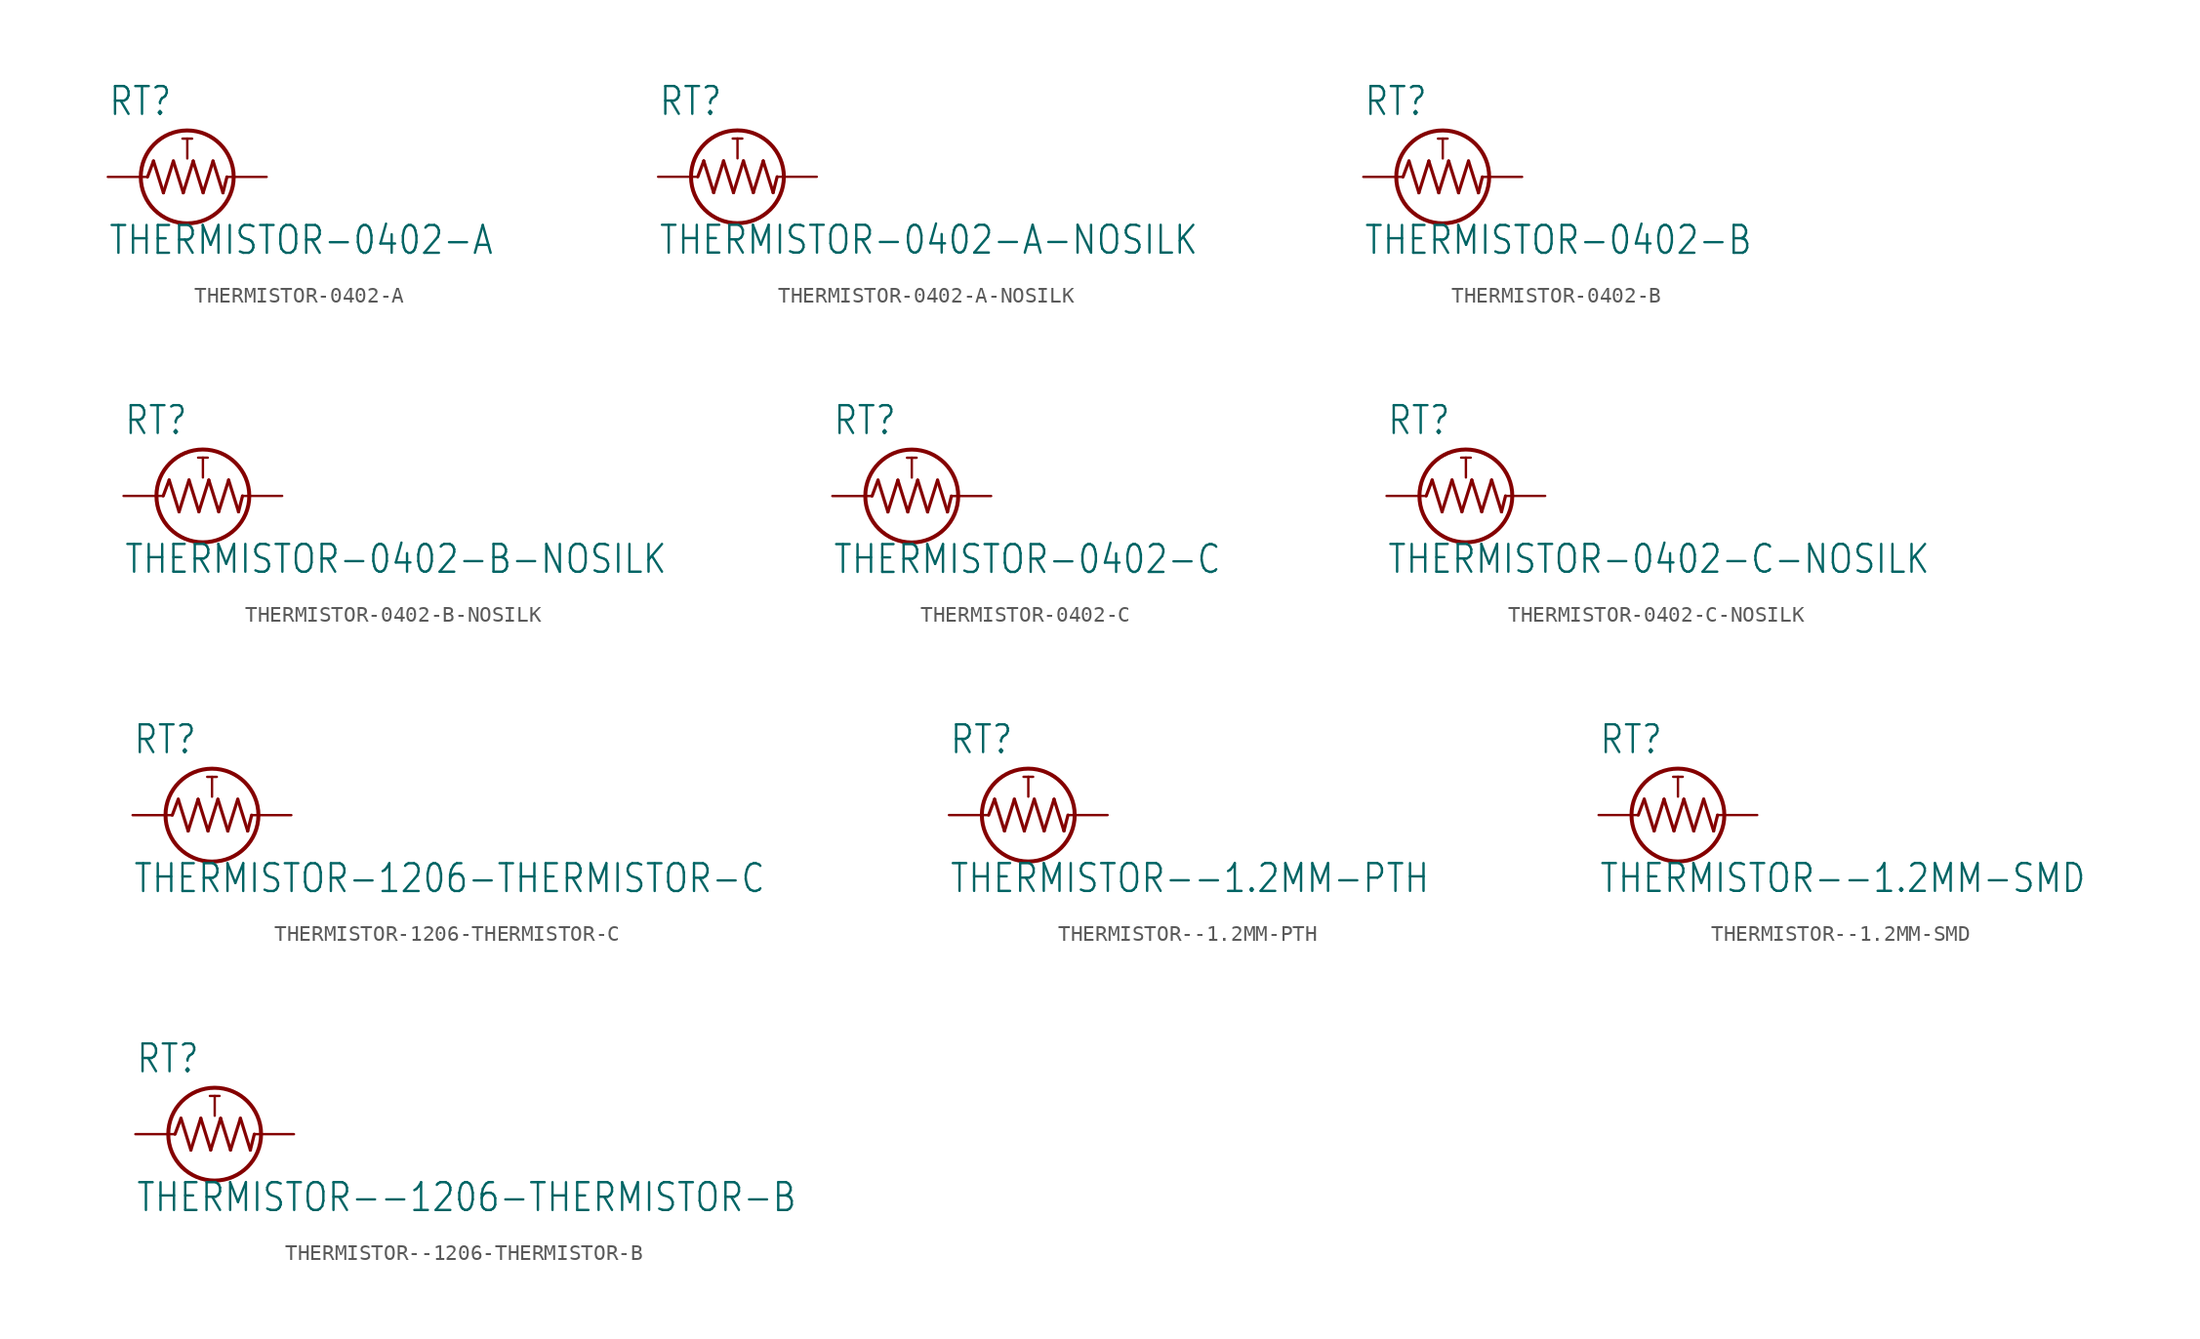
<source format=kicad_sym>
(kicad_symbol_lib
  (version 20211014)
  (generator kicad_symbol_editor)
  (symbol "THERMISTOR-0402-A"
    (property "Reference" "RT"
      (at -5.08 3.81 0)
      (effects (font (size 1.778 1.511)) (justify left bottom)))
    (property "Value" "THERMISTOR-0402-A"
      (at -5.08 -5.08 0)
      (effects (font (size 1.778 1.511)) (justify left bottom)))
    (property "ki_locked" ""
      (at 0 0 0)
      (effects (font (size 1.27 1.27))))
    (symbol "THERMISTOR-0402-A_1_0"
      (polyline (pts (xy -2.54 0) (xy -2.159 1.016)) (stroke (width 0.203) (type default) (color 0 0 0 0)) (fill (type none)))
      (polyline (pts (xy -2.159 1.016) (xy -1.524 -1.016)) (stroke (width 0.203) (type default) (color 0 0 0 0)) (fill (type none)))
      (polyline (pts (xy -1.524 -1.016) (xy -0.889 1.016)) (stroke (width 0.203) (type default) (color 0 0 0 0)) (fill (type none)))
      (polyline (pts (xy -0.889 1.016) (xy -0.254 -1.016)) (stroke (width 0.203) (type default) (color 0 0 0 0)) (fill (type none)))
      (polyline (pts (xy -0.254 -1.016) (xy 0.381 1.016)) (stroke (width 0.203) (type default) (color 0 0 0 0)) (fill (type none)))
      (polyline (pts (xy 0.381 1.016) (xy 1.016 -1.016)) (stroke (width 0.203) (type default) (color 0 0 0 0)) (fill (type none)))
      (polyline (pts (xy 1.016 -1.016) (xy 1.651 1.016)) (stroke (width 0.203) (type default) (color 0 0 0 0)) (fill (type none)))
      (polyline (pts (xy 1.651 1.016) (xy 2.286 -1.016)) (stroke (width 0.203) (type default) (color 0 0 0 0)) (fill (type none)))
      (polyline (pts (xy 2.286 -1.016) (xy 2.54 0)) (stroke (width 0.203) (type default) (color 0 0 0 0)) (fill (type none)))
      (circle (center 0 0) (radius 2.973) (stroke (width 0.254) (type default) (color 0 0 0 0)) (fill (type none)))
      (text "T" (at -0.508 1.016 0) (effects (font (size 1.27 1.079)) (justify left bottom)))
      (pin passive line (at -5.08 0 0) (length 2.54) (name "1" (effects (font (size 0 0)))) (number "1" (effects (font (size 0 0)))))
      (pin passive line (at 5.08 0 180) (length 2.54) (name "2" (effects (font (size 0 0)))) (number "2" (effects (font (size 0 0)))))))
  (symbol "THERMISTOR-0402-A-NOSILK"
    (property "Reference" "RT"
      (at -5.08 3.81 0)
      (effects (font (size 1.778 1.511)) (justify left bottom)))
    (property "Value" "THERMISTOR-0402-A-NOSILK"
      (at -5.08 -5.08 0)
      (effects (font (size 1.778 1.511)) (justify left bottom)))
    (property "ki_locked" ""
      (at 0 0 0)
      (effects (font (size 1.27 1.27))))
    (symbol "THERMISTOR-0402-A-NOSILK_1_0"
      (polyline (pts (xy -2.54 0) (xy -2.159 1.016)) (stroke (width 0.203) (type default) (color 0 0 0 0)) (fill (type none)))
      (polyline (pts (xy -2.159 1.016) (xy -1.524 -1.016)) (stroke (width 0.203) (type default) (color 0 0 0 0)) (fill (type none)))
      (polyline (pts (xy -1.524 -1.016) (xy -0.889 1.016)) (stroke (width 0.203) (type default) (color 0 0 0 0)) (fill (type none)))
      (polyline (pts (xy -0.889 1.016) (xy -0.254 -1.016)) (stroke (width 0.203) (type default) (color 0 0 0 0)) (fill (type none)))
      (polyline (pts (xy -0.254 -1.016) (xy 0.381 1.016)) (stroke (width 0.203) (type default) (color 0 0 0 0)) (fill (type none)))
      (polyline (pts (xy 0.381 1.016) (xy 1.016 -1.016)) (stroke (width 0.203) (type default) (color 0 0 0 0)) (fill (type none)))
      (polyline (pts (xy 1.016 -1.016) (xy 1.651 1.016)) (stroke (width 0.203) (type default) (color 0 0 0 0)) (fill (type none)))
      (polyline (pts (xy 1.651 1.016) (xy 2.286 -1.016)) (stroke (width 0.203) (type default) (color 0 0 0 0)) (fill (type none)))
      (polyline (pts (xy 2.286 -1.016) (xy 2.54 0)) (stroke (width 0.203) (type default) (color 0 0 0 0)) (fill (type none)))
      (circle (center 0 0) (radius 2.973) (stroke (width 0.254) (type default) (color 0 0 0 0)) (fill (type none)))
      (text "T" (at -0.508 1.016 0) (effects (font (size 1.27 1.079)) (justify left bottom)))
      (pin passive line (at -5.08 0 0) (length 2.54) (name "1" (effects (font (size 0 0)))) (number "1" (effects (font (size 0 0)))))
      (pin passive line (at 5.08 0 180) (length 2.54) (name "2" (effects (font (size 0 0)))) (number "2" (effects (font (size 0 0)))))))
  (symbol "THERMISTOR-0402-B"
    (property "Reference" "RT"
      (at -5.08 3.81 0)
      (effects (font (size 1.778 1.511)) (justify left bottom)))
    (property "Value" "THERMISTOR-0402-B"
      (at -5.08 -5.08 0)
      (effects (font (size 1.778 1.511)) (justify left bottom)))
    (property "ki_locked" ""
      (at 0 0 0)
      (effects (font (size 1.27 1.27))))
    (symbol "THERMISTOR-0402-B_1_0"
      (polyline (pts (xy -2.54 0) (xy -2.159 1.016)) (stroke (width 0.203) (type default) (color 0 0 0 0)) (fill (type none)))
      (polyline (pts (xy -2.159 1.016) (xy -1.524 -1.016)) (stroke (width 0.203) (type default) (color 0 0 0 0)) (fill (type none)))
      (polyline (pts (xy -1.524 -1.016) (xy -0.889 1.016)) (stroke (width 0.203) (type default) (color 0 0 0 0)) (fill (type none)))
      (polyline (pts (xy -0.889 1.016) (xy -0.254 -1.016)) (stroke (width 0.203) (type default) (color 0 0 0 0)) (fill (type none)))
      (polyline (pts (xy -0.254 -1.016) (xy 0.381 1.016)) (stroke (width 0.203) (type default) (color 0 0 0 0)) (fill (type none)))
      (polyline (pts (xy 0.381 1.016) (xy 1.016 -1.016)) (stroke (width 0.203) (type default) (color 0 0 0 0)) (fill (type none)))
      (polyline (pts (xy 1.016 -1.016) (xy 1.651 1.016)) (stroke (width 0.203) (type default) (color 0 0 0 0)) (fill (type none)))
      (polyline (pts (xy 1.651 1.016) (xy 2.286 -1.016)) (stroke (width 0.203) (type default) (color 0 0 0 0)) (fill (type none)))
      (polyline (pts (xy 2.286 -1.016) (xy 2.54 0)) (stroke (width 0.203) (type default) (color 0 0 0 0)) (fill (type none)))
      (circle (center 0 0) (radius 2.973) (stroke (width 0.254) (type default) (color 0 0 0 0)) (fill (type none)))
      (text "T" (at -0.508 1.016 0) (effects (font (size 1.27 1.079)) (justify left bottom)))
      (pin passive line (at -5.08 0 0) (length 2.54) (name "1" (effects (font (size 0 0)))) (number "1" (effects (font (size 0 0)))))
      (pin passive line (at 5.08 0 180) (length 2.54) (name "2" (effects (font (size 0 0)))) (number "2" (effects (font (size 0 0)))))))
  (symbol "THERMISTOR-0402-B-NOSILK"
    (property "Reference" "RT"
      (at -5.08 3.81 0)
      (effects (font (size 1.778 1.511)) (justify left bottom)))
    (property "Value" "THERMISTOR-0402-B-NOSILK"
      (at -5.08 -5.08 0)
      (effects (font (size 1.778 1.511)) (justify left bottom)))
    (property "ki_locked" ""
      (at 0 0 0)
      (effects (font (size 1.27 1.27))))
    (symbol "THERMISTOR-0402-B-NOSILK_1_0"
      (polyline (pts (xy -2.54 0) (xy -2.159 1.016)) (stroke (width 0.203) (type default) (color 0 0 0 0)) (fill (type none)))
      (polyline (pts (xy -2.159 1.016) (xy -1.524 -1.016)) (stroke (width 0.203) (type default) (color 0 0 0 0)) (fill (type none)))
      (polyline (pts (xy -1.524 -1.016) (xy -0.889 1.016)) (stroke (width 0.203) (type default) (color 0 0 0 0)) (fill (type none)))
      (polyline (pts (xy -0.889 1.016) (xy -0.254 -1.016)) (stroke (width 0.203) (type default) (color 0 0 0 0)) (fill (type none)))
      (polyline (pts (xy -0.254 -1.016) (xy 0.381 1.016)) (stroke (width 0.203) (type default) (color 0 0 0 0)) (fill (type none)))
      (polyline (pts (xy 0.381 1.016) (xy 1.016 -1.016)) (stroke (width 0.203) (type default) (color 0 0 0 0)) (fill (type none)))
      (polyline (pts (xy 1.016 -1.016) (xy 1.651 1.016)) (stroke (width 0.203) (type default) (color 0 0 0 0)) (fill (type none)))
      (polyline (pts (xy 1.651 1.016) (xy 2.286 -1.016)) (stroke (width 0.203) (type default) (color 0 0 0 0)) (fill (type none)))
      (polyline (pts (xy 2.286 -1.016) (xy 2.54 0)) (stroke (width 0.203) (type default) (color 0 0 0 0)) (fill (type none)))
      (circle (center 0 0) (radius 2.973) (stroke (width 0.254) (type default) (color 0 0 0 0)) (fill (type none)))
      (text "T" (at -0.508 1.016 0) (effects (font (size 1.27 1.079)) (justify left bottom)))
      (pin passive line (at -5.08 0 0) (length 2.54) (name "1" (effects (font (size 0 0)))) (number "1" (effects (font (size 0 0)))))
      (pin passive line (at 5.08 0 180) (length 2.54) (name "2" (effects (font (size 0 0)))) (number "2" (effects (font (size 0 0)))))))
  (symbol "THERMISTOR-0402-C"
    (property "Reference" "RT"
      (at -5.08 3.81 0)
      (effects (font (size 1.778 1.511)) (justify left bottom)))
    (property "Value" "THERMISTOR-0402-C"
      (at -5.08 -5.08 0)
      (effects (font (size 1.778 1.511)) (justify left bottom)))
    (property "ki_locked" ""
      (at 0 0 0)
      (effects (font (size 1.27 1.27))))
    (symbol "THERMISTOR-0402-C_1_0"
      (polyline (pts (xy -2.54 0) (xy -2.159 1.016)) (stroke (width 0.203) (type default) (color 0 0 0 0)) (fill (type none)))
      (polyline (pts (xy -2.159 1.016) (xy -1.524 -1.016)) (stroke (width 0.203) (type default) (color 0 0 0 0)) (fill (type none)))
      (polyline (pts (xy -1.524 -1.016) (xy -0.889 1.016)) (stroke (width 0.203) (type default) (color 0 0 0 0)) (fill (type none)))
      (polyline (pts (xy -0.889 1.016) (xy -0.254 -1.016)) (stroke (width 0.203) (type default) (color 0 0 0 0)) (fill (type none)))
      (polyline (pts (xy -0.254 -1.016) (xy 0.381 1.016)) (stroke (width 0.203) (type default) (color 0 0 0 0)) (fill (type none)))
      (polyline (pts (xy 0.381 1.016) (xy 1.016 -1.016)) (stroke (width 0.203) (type default) (color 0 0 0 0)) (fill (type none)))
      (polyline (pts (xy 1.016 -1.016) (xy 1.651 1.016)) (stroke (width 0.203) (type default) (color 0 0 0 0)) (fill (type none)))
      (polyline (pts (xy 1.651 1.016) (xy 2.286 -1.016)) (stroke (width 0.203) (type default) (color 0 0 0 0)) (fill (type none)))
      (polyline (pts (xy 2.286 -1.016) (xy 2.54 0)) (stroke (width 0.203) (type default) (color 0 0 0 0)) (fill (type none)))
      (circle (center 0 0) (radius 2.973) (stroke (width 0.254) (type default) (color 0 0 0 0)) (fill (type none)))
      (text "T" (at -0.508 1.016 0) (effects (font (size 1.27 1.079)) (justify left bottom)))
      (pin passive line (at -5.08 0 0) (length 2.54) (name "1" (effects (font (size 0 0)))) (number "1" (effects (font (size 0 0)))))
      (pin passive line (at 5.08 0 180) (length 2.54) (name "2" (effects (font (size 0 0)))) (number "2" (effects (font (size 0 0)))))))
  (symbol "THERMISTOR-0402-C-NOSILK"
    (property "Reference" "RT"
      (at -5.08 3.81 0)
      (effects (font (size 1.778 1.511)) (justify left bottom)))
    (property "Value" "THERMISTOR-0402-C-NOSILK"
      (at -5.08 -5.08 0)
      (effects (font (size 1.778 1.511)) (justify left bottom)))
    (property "ki_locked" ""
      (at 0 0 0)
      (effects (font (size 1.27 1.27))))
    (symbol "THERMISTOR-0402-C-NOSILK_1_0"
      (polyline (pts (xy -2.54 0) (xy -2.159 1.016)) (stroke (width 0.203) (type default) (color 0 0 0 0)) (fill (type none)))
      (polyline (pts (xy -2.159 1.016) (xy -1.524 -1.016)) (stroke (width 0.203) (type default) (color 0 0 0 0)) (fill (type none)))
      (polyline (pts (xy -1.524 -1.016) (xy -0.889 1.016)) (stroke (width 0.203) (type default) (color 0 0 0 0)) (fill (type none)))
      (polyline (pts (xy -0.889 1.016) (xy -0.254 -1.016)) (stroke (width 0.203) (type default) (color 0 0 0 0)) (fill (type none)))
      (polyline (pts (xy -0.254 -1.016) (xy 0.381 1.016)) (stroke (width 0.203) (type default) (color 0 0 0 0)) (fill (type none)))
      (polyline (pts (xy 0.381 1.016) (xy 1.016 -1.016)) (stroke (width 0.203) (type default) (color 0 0 0 0)) (fill (type none)))
      (polyline (pts (xy 1.016 -1.016) (xy 1.651 1.016)) (stroke (width 0.203) (type default) (color 0 0 0 0)) (fill (type none)))
      (polyline (pts (xy 1.651 1.016) (xy 2.286 -1.016)) (stroke (width 0.203) (type default) (color 0 0 0 0)) (fill (type none)))
      (polyline (pts (xy 2.286 -1.016) (xy 2.54 0)) (stroke (width 0.203) (type default) (color 0 0 0 0)) (fill (type none)))
      (circle (center 0 0) (radius 2.973) (stroke (width 0.254) (type default) (color 0 0 0 0)) (fill (type none)))
      (text "T" (at -0.508 1.016 0) (effects (font (size 1.27 1.079)) (justify left bottom)))
      (pin passive line (at -5.08 0 0) (length 2.54) (name "1" (effects (font (size 0 0)))) (number "1" (effects (font (size 0 0)))))
      (pin passive line (at 5.08 0 180) (length 2.54) (name "2" (effects (font (size 0 0)))) (number "2" (effects (font (size 0 0)))))))
  (symbol "THERMISTOR-1206-THERMISTOR-C"
    (property "Reference" "RT"
      (at -5.08 3.81 0)
      (effects (font (size 1.778 1.511)) (justify left bottom)))
    (property "Value" "THERMISTOR-1206-THERMISTOR-C"
      (at -5.08 -5.08 0)
      (effects (font (size 1.778 1.511)) (justify left bottom)))
    (property "ki_locked" ""
      (at 0 0 0)
      (effects (font (size 1.27 1.27))))
    (symbol "THERMISTOR-1206-THERMISTOR-C_1_0"
      (polyline (pts (xy -2.54 0) (xy -2.159 1.016)) (stroke (width 0.203) (type default) (color 0 0 0 0)) (fill (type none)))
      (polyline (pts (xy -2.159 1.016) (xy -1.524 -1.016)) (stroke (width 0.203) (type default) (color 0 0 0 0)) (fill (type none)))
      (polyline (pts (xy -1.524 -1.016) (xy -0.889 1.016)) (stroke (width 0.203) (type default) (color 0 0 0 0)) (fill (type none)))
      (polyline (pts (xy -0.889 1.016) (xy -0.254 -1.016)) (stroke (width 0.203) (type default) (color 0 0 0 0)) (fill (type none)))
      (polyline (pts (xy -0.254 -1.016) (xy 0.381 1.016)) (stroke (width 0.203) (type default) (color 0 0 0 0)) (fill (type none)))
      (polyline (pts (xy 0.381 1.016) (xy 1.016 -1.016)) (stroke (width 0.203) (type default) (color 0 0 0 0)) (fill (type none)))
      (polyline (pts (xy 1.016 -1.016) (xy 1.651 1.016)) (stroke (width 0.203) (type default) (color 0 0 0 0)) (fill (type none)))
      (polyline (pts (xy 1.651 1.016) (xy 2.286 -1.016)) (stroke (width 0.203) (type default) (color 0 0 0 0)) (fill (type none)))
      (polyline (pts (xy 2.286 -1.016) (xy 2.54 0)) (stroke (width 0.203) (type default) (color 0 0 0 0)) (fill (type none)))
      (circle (center 0 0) (radius 2.973) (stroke (width 0.254) (type default) (color 0 0 0 0)) (fill (type none)))
      (text "T" (at -0.508 1.016 0) (effects (font (size 1.27 1.079)) (justify left bottom)))
      (pin passive line (at -5.08 0 0) (length 2.54) (name "1" (effects (font (size 0 0)))) (number "1" (effects (font (size 0 0)))))
      (pin passive line (at 5.08 0 180) (length 2.54) (name "2" (effects (font (size 0 0)))) (number "2" (effects (font (size 0 0)))))))
  (symbol "THERMISTOR--1.2MM-PTH"
    (property "Reference" "RT"
      (at -5.08 3.81 0)
      (effects (font (size 1.778 1.511)) (justify left bottom)))
    (property "Value" "THERMISTOR--1.2MM-PTH"
      (at -5.08 -5.08 0)
      (effects (font (size 1.778 1.511)) (justify left bottom)))
    (property "ki_locked" ""
      (at 0 0 0)
      (effects (font (size 1.27 1.27))))
    (symbol "THERMISTOR--1.2MM-PTH_1_0"
      (polyline (pts (xy -2.54 0) (xy -2.159 1.016)) (stroke (width 0.203) (type default) (color 0 0 0 0)) (fill (type none)))
      (polyline (pts (xy -2.159 1.016) (xy -1.524 -1.016)) (stroke (width 0.203) (type default) (color 0 0 0 0)) (fill (type none)))
      (polyline (pts (xy -1.524 -1.016) (xy -0.889 1.016)) (stroke (width 0.203) (type default) (color 0 0 0 0)) (fill (type none)))
      (polyline (pts (xy -0.889 1.016) (xy -0.254 -1.016)) (stroke (width 0.203) (type default) (color 0 0 0 0)) (fill (type none)))
      (polyline (pts (xy -0.254 -1.016) (xy 0.381 1.016)) (stroke (width 0.203) (type default) (color 0 0 0 0)) (fill (type none)))
      (polyline (pts (xy 0.381 1.016) (xy 1.016 -1.016)) (stroke (width 0.203) (type default) (color 0 0 0 0)) (fill (type none)))
      (polyline (pts (xy 1.016 -1.016) (xy 1.651 1.016)) (stroke (width 0.203) (type default) (color 0 0 0 0)) (fill (type none)))
      (polyline (pts (xy 1.651 1.016) (xy 2.286 -1.016)) (stroke (width 0.203) (type default) (color 0 0 0 0)) (fill (type none)))
      (polyline (pts (xy 2.286 -1.016) (xy 2.54 0)) (stroke (width 0.203) (type default) (color 0 0 0 0)) (fill (type none)))
      (circle (center 0 0) (radius 2.973) (stroke (width 0.254) (type default) (color 0 0 0 0)) (fill (type none)))
      (text "T" (at -0.508 1.016 0) (effects (font (size 1.27 1.079)) (justify left bottom)))
      (pin passive line (at -5.08 0 0) (length 2.54) (name "1" (effects (font (size 0 0)))) (number "1" (effects (font (size 0 0)))))
      (pin passive line (at 5.08 0 180) (length 2.54) (name "2" (effects (font (size 0 0)))) (number "2" (effects (font (size 0 0)))))))
  (symbol "THERMISTOR--1.2MM-SMD"
    (property "Reference" "RT"
      (at -5.08 3.81 0)
      (effects (font (size 1.778 1.511)) (justify left bottom)))
    (property "Value" "THERMISTOR--1.2MM-SMD"
      (at -5.08 -5.08 0)
      (effects (font (size 1.778 1.511)) (justify left bottom)))
    (property "ki_locked" ""
      (at 0 0 0)
      (effects (font (size 1.27 1.27))))
    (symbol "THERMISTOR--1.2MM-SMD_1_0"
      (polyline (pts (xy -2.54 0) (xy -2.159 1.016)) (stroke (width 0.203) (type default) (color 0 0 0 0)) (fill (type none)))
      (polyline (pts (xy -2.159 1.016) (xy -1.524 -1.016)) (stroke (width 0.203) (type default) (color 0 0 0 0)) (fill (type none)))
      (polyline (pts (xy -1.524 -1.016) (xy -0.889 1.016)) (stroke (width 0.203) (type default) (color 0 0 0 0)) (fill (type none)))
      (polyline (pts (xy -0.889 1.016) (xy -0.254 -1.016)) (stroke (width 0.203) (type default) (color 0 0 0 0)) (fill (type none)))
      (polyline (pts (xy -0.254 -1.016) (xy 0.381 1.016)) (stroke (width 0.203) (type default) (color 0 0 0 0)) (fill (type none)))
      (polyline (pts (xy 0.381 1.016) (xy 1.016 -1.016)) (stroke (width 0.203) (type default) (color 0 0 0 0)) (fill (type none)))
      (polyline (pts (xy 1.016 -1.016) (xy 1.651 1.016)) (stroke (width 0.203) (type default) (color 0 0 0 0)) (fill (type none)))
      (polyline (pts (xy 1.651 1.016) (xy 2.286 -1.016)) (stroke (width 0.203) (type default) (color 0 0 0 0)) (fill (type none)))
      (polyline (pts (xy 2.286 -1.016) (xy 2.54 0)) (stroke (width 0.203) (type default) (color 0 0 0 0)) (fill (type none)))
      (circle (center 0 0) (radius 2.973) (stroke (width 0.254) (type default) (color 0 0 0 0)) (fill (type none)))
      (text "T" (at -0.508 1.016 0) (effects (font (size 1.27 1.079)) (justify left bottom)))
      (pin passive line (at -5.08 0 0) (length 2.54) (name "1" (effects (font (size 0 0)))) (number "1" (effects (font (size 0 0)))))
      (pin passive line (at 5.08 0 180) (length 2.54) (name "2" (effects (font (size 0 0)))) (number "2" (effects (font (size 0 0)))))))
  (symbol "THERMISTOR--1206-THERMISTOR-B"
    (property "Reference" "RT"
      (at -5.08 3.81 0)
      (effects (font (size 1.778 1.511)) (justify left bottom)))
    (property "Value" "THERMISTOR--1206-THERMISTOR-B"
      (at -5.08 -5.08 0)
      (effects (font (size 1.778 1.511)) (justify left bottom)))
    (property "ki_locked" ""
      (at 0 0 0)
      (effects (font (size 1.27 1.27))))
    (symbol "THERMISTOR--1206-THERMISTOR-B_1_0"
      (polyline (pts (xy -2.54 0) (xy -2.159 1.016)) (stroke (width 0.203) (type default) (color 0 0 0 0)) (fill (type none)))
      (polyline (pts (xy -2.159 1.016) (xy -1.524 -1.016)) (stroke (width 0.203) (type default) (color 0 0 0 0)) (fill (type none)))
      (polyline (pts (xy -1.524 -1.016) (xy -0.889 1.016)) (stroke (width 0.203) (type default) (color 0 0 0 0)) (fill (type none)))
      (polyline (pts (xy -0.889 1.016) (xy -0.254 -1.016)) (stroke (width 0.203) (type default) (color 0 0 0 0)) (fill (type none)))
      (polyline (pts (xy -0.254 -1.016) (xy 0.381 1.016)) (stroke (width 0.203) (type default) (color 0 0 0 0)) (fill (type none)))
      (polyline (pts (xy 0.381 1.016) (xy 1.016 -1.016)) (stroke (width 0.203) (type default) (color 0 0 0 0)) (fill (type none)))
      (polyline (pts (xy 1.016 -1.016) (xy 1.651 1.016)) (stroke (width 0.203) (type default) (color 0 0 0 0)) (fill (type none)))
      (polyline (pts (xy 1.651 1.016) (xy 2.286 -1.016)) (stroke (width 0.203) (type default) (color 0 0 0 0)) (fill (type none)))
      (polyline (pts (xy 2.286 -1.016) (xy 2.54 0)) (stroke (width 0.203) (type default) (color 0 0 0 0)) (fill (type none)))
      (circle (center 0 0) (radius 2.973) (stroke (width 0.254) (type default) (color 0 0 0 0)) (fill (type none)))
      (text "T" (at -0.508 1.016 0) (effects (font (size 1.27 1.079)) (justify left bottom)))
      (pin passive line (at -5.08 0 0) (length 2.54) (name "1" (effects (font (size 0 0)))) (number "1" (effects (font (size 0 0)))))
      (pin passive line (at 5.08 0 180) (length 2.54) (name "2" (effects (font (size 0 0)))) (number "2" (effects (font (size 0 0))))))))
</source>
